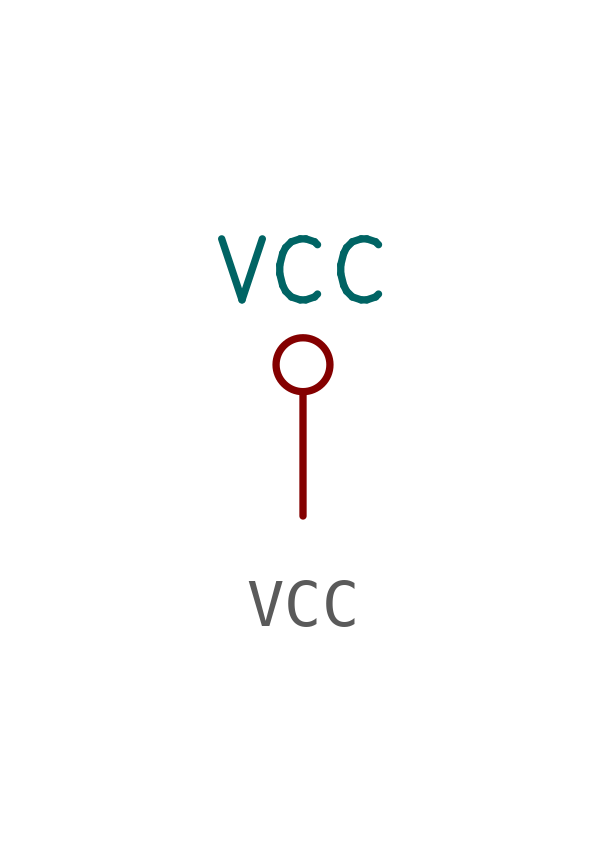
<source format=kicad_sym>
(kicad_symbol_lib
  (version 20231120)
  (generator "kicad_symbol_editor")
  (generator_version "8.0")
  (symbol "VCC"
    (power)
    (pin_numbers hide)
    (pin_names hide)
    (property "Reference" "#PWR"
      (at 4.724 3.708 0)
      (effects (font (size 1.27 1.27)) (hide yes)))
    (property "Value" "VCC"
      (at 0 3.81 0)
      (effects (font (size 1.27 1.27))))
    (symbol "VCC_0_1"
      (circle (center 0 1.88) (radius 0.561) (stroke (width 0) (type default)) (fill (type none))))
    (symbol "VCC_1_1"
      (pin power_in line (at 0 -1.27 90) (length 2.54) (name "+VCC" (effects (font (size 1.27 1.27)))) (number "~" (effects (font (size 1.27 1.27))))))))
</source>
